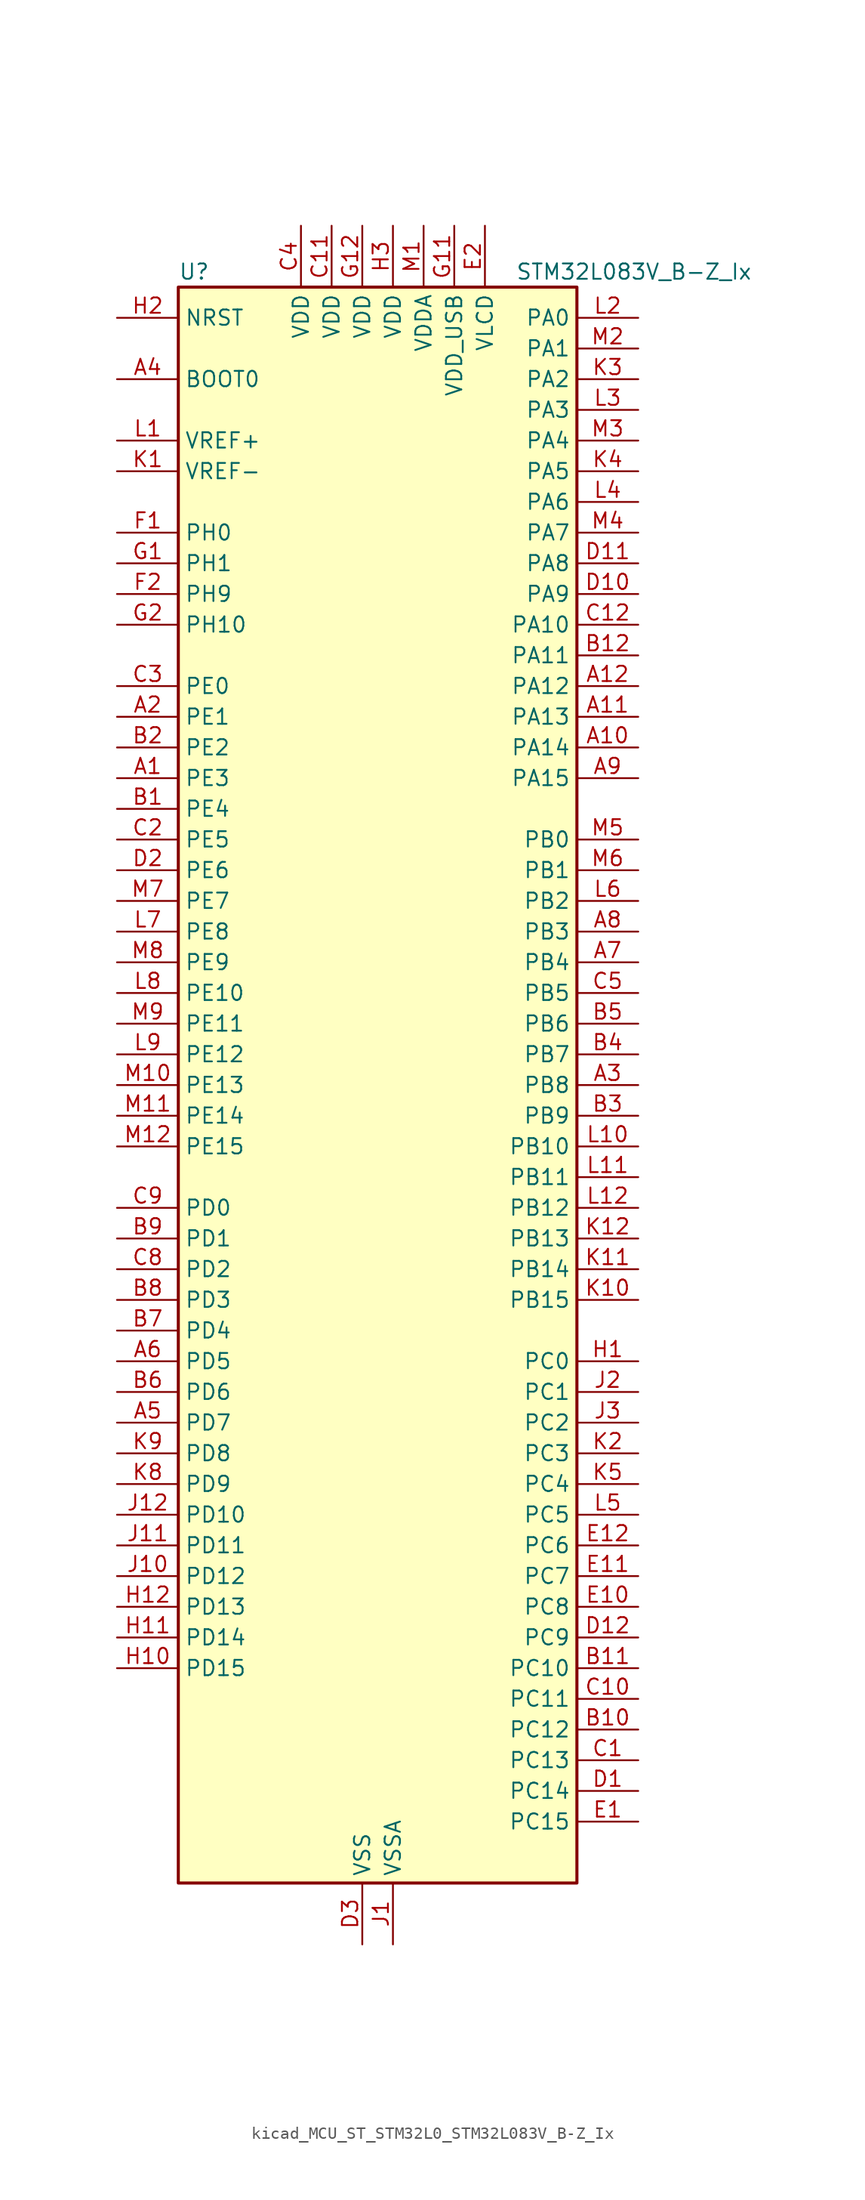
<source format=kicad_sym>
(kicad_symbol_lib
  (version 20220914)
  (generator kicad_symbol_editor)
  (symbol "kicad_MCU_ST_STM32L0_STM32L083V_B-Z_Ix"
    (property "Reference" "U"
      (at -15.24 67.31 0)
      (effects (font (size 1.27 1.27)) (justify left)))
    (property "Value" "STM32L083V_B-Z_Ix"
      (at 12.7 67.31 0)
      (effects (font (size 1.27 1.27)) (justify left)))
    (property "ki_locked" ""
      (at 0 0 0)
      (effects (font (size 1.27 1.27))))
    (symbol "kicad_MCU_ST_STM32L0_STM32L083V_B-Z_Ix_0_1"
      (rectangle (start -15.24 -66.04) (end 17.78 66.04) (stroke (width 0.254) (type default)) (fill (type background))))
    (symbol "kicad_MCU_ST_STM32L0_STM32L083V_B-Z_Ix_1_1"
      (pin bidirectional line (at -20.32 25.4 0) (length 5.08) (name "PE3" (effects (font (size 1.27 1.27)))) (number "A1" (effects (font (size 1.27 1.27)))) (alternate "LCD_SEG39" bidirectional line) (alternate "TIM22_CH1" bidirectional line) (alternate "TIM3_CH1" bidirectional line))
      (pin bidirectional line (at 22.86 27.94 180) (length 5.08) (name "PA14" (effects (font (size 1.27 1.27)))) (number "A10" (effects (font (size 1.27 1.27)))) (alternate "LPUART1_TX" bidirectional line) (alternate "SYS_SWCLK" bidirectional line) (alternate "USART2_TX" bidirectional line))
      (pin bidirectional line (at 22.86 30.48 180) (length 5.08) (name "PA13" (effects (font (size 1.27 1.27)))) (number "A11" (effects (font (size 1.27 1.27)))) (alternate "LPUART1_RX" bidirectional line) (alternate "SYS_SWDIO" bidirectional line) (alternate "USB_NOE" bidirectional line))
      (pin bidirectional line (at 22.86 33.02 180) (length 5.08) (name "PA12" (effects (font (size 1.27 1.27)))) (number "A12" (effects (font (size 1.27 1.27)))) (alternate "COMP2_OUT" bidirectional line) (alternate "SPI1_MOSI" bidirectional line) (alternate "TSC_G4_IO4" bidirectional line) (alternate "USART1_DE" bidirectional line) (alternate "USART1_RTS" bidirectional line) (alternate "USB_DP" bidirectional line))
      (pin bidirectional line (at -20.32 30.48 0) (length 5.08) (name "PE1" (effects (font (size 1.27 1.27)))) (number "A2" (effects (font (size 1.27 1.27)))) (alternate "LCD_SEG37" bidirectional line))
      (pin bidirectional line (at 22.86 0 180) (length 5.08) (name "PB8" (effects (font (size 1.27 1.27)))) (number "A3" (effects (font (size 1.27 1.27)))) (alternate "I2C1_SCL" bidirectional line) (alternate "LCD_SEG16" bidirectional line) (alternate "TSC_SYNC" bidirectional line))
      (pin input line (at -20.32 58.42 0) (length 5.08) (name "BOOT0" (effects (font (size 1.27 1.27)))) (number "A4" (effects (font (size 1.27 1.27)))))
      (pin bidirectional line (at -20.32 -27.94 0) (length 5.08) (name "PD7" (effects (font (size 1.27 1.27)))) (number "A5" (effects (font (size 1.27 1.27)))) (alternate "TIM21_CH2" bidirectional line) (alternate "USART2_CK" bidirectional line))
      (pin bidirectional line (at -20.32 -22.86 0) (length 5.08) (name "PD5" (effects (font (size 1.27 1.27)))) (number "A6" (effects (font (size 1.27 1.27)))) (alternate "USART2_TX" bidirectional line))
      (pin bidirectional line (at 22.86 10.16 180) (length 5.08) (name "PB4" (effects (font (size 1.27 1.27)))) (number "A7" (effects (font (size 1.27 1.27)))) (alternate "COMP2_INP" bidirectional line) (alternate "I2C3_SDA" bidirectional line) (alternate "LCD_SEG8" bidirectional line) (alternate "SPI1_MISO" bidirectional line) (alternate "TIM22_CH1" bidirectional line) (alternate "TIM3_CH1" bidirectional line) (alternate "TSC_G5_IO2" bidirectional line) (alternate "USART1_CTS" bidirectional line) (alternate "USART5_RX" bidirectional line))
      (pin bidirectional line (at 22.86 12.7 180) (length 5.08) (name "PB3" (effects (font (size 1.27 1.27)))) (number "A8" (effects (font (size 1.27 1.27)))) (alternate "COMP2_INM" bidirectional line) (alternate "LCD_SEG7" bidirectional line) (alternate "SPI1_SCK" bidirectional line) (alternate "TIM2_CH2" bidirectional line) (alternate "TSC_G5_IO1" bidirectional line) (alternate "USART1_DE" bidirectional line) (alternate "USART1_RTS" bidirectional line) (alternate "USART5_TX" bidirectional line))
      (pin bidirectional line (at 22.86 25.4 180) (length 5.08) (name "PA15" (effects (font (size 1.27 1.27)))) (number "A9" (effects (font (size 1.27 1.27)))) (alternate "LCD_SEG17" bidirectional line) (alternate "SPI1_NSS" bidirectional line) (alternate "TIM2_CH1" bidirectional line) (alternate "TIM2_ETR" bidirectional line) (alternate "USART2_RX" bidirectional line) (alternate "USART4_DE" bidirectional line) (alternate "USART4_RTS" bidirectional line))
      (pin bidirectional line (at -20.32 22.86 0) (length 5.08) (name "PE4" (effects (font (size 1.27 1.27)))) (number "B1" (effects (font (size 1.27 1.27)))) (alternate "TIM22_CH2" bidirectional line) (alternate "TIM3_CH2" bidirectional line))
      (pin bidirectional line (at 22.86 -53.34 180) (length 5.08) (name "PC12" (effects (font (size 1.27 1.27)))) (number "B10" (effects (font (size 1.27 1.27)))) (alternate "LCD_COM6" bidirectional line) (alternate "LCD_SEG30" bidirectional line) (alternate "LCD_SEG50" bidirectional line) (alternate "USART4_CK" bidirectional line) (alternate "USART5_TX" bidirectional line))
      (pin bidirectional line (at 22.86 -48.26 180) (length 5.08) (name "PC10" (effects (font (size 1.27 1.27)))) (number "B11" (effects (font (size 1.27 1.27)))) (alternate "LCD_COM4" bidirectional line) (alternate "LCD_SEG28" bidirectional line) (alternate "LCD_SEG48" bidirectional line) (alternate "LPUART1_TX" bidirectional line) (alternate "USART4_TX" bidirectional line))
      (pin bidirectional line (at 22.86 35.56 180) (length 5.08) (name "PA11" (effects (font (size 1.27 1.27)))) (number "B12" (effects (font (size 1.27 1.27)))) (alternate "ADC_EXTI11" bidirectional line) (alternate "COMP1_OUT" bidirectional line) (alternate "SPI1_MISO" bidirectional line) (alternate "TSC_G4_IO3" bidirectional line) (alternate "USART1_CTS" bidirectional line) (alternate "USB_DM" bidirectional line))
      (pin bidirectional line (at -20.32 27.94 0) (length 5.08) (name "PE2" (effects (font (size 1.27 1.27)))) (number "B2" (effects (font (size 1.27 1.27)))) (alternate "LCD_SEG38" bidirectional line) (alternate "TIM3_ETR" bidirectional line))
      (pin bidirectional line (at 22.86 -2.54 180) (length 5.08) (name "PB9" (effects (font (size 1.27 1.27)))) (number "B3" (effects (font (size 1.27 1.27)))) (alternate "DAC_EXTI9" bidirectional line) (alternate "I2C1_SDA" bidirectional line) (alternate "I2S2_WS" bidirectional line) (alternate "LCD_COM3" bidirectional line) (alternate "SPI2_NSS" bidirectional line))
      (pin bidirectional line (at 22.86 2.54 180) (length 5.08) (name "PB7" (effects (font (size 1.27 1.27)))) (number "B4" (effects (font (size 1.27 1.27)))) (alternate "COMP2_INP" bidirectional line) (alternate "I2C1_SDA" bidirectional line) (alternate "LPTIM1_IN2" bidirectional line) (alternate "SYS_PVD_IN" bidirectional line) (alternate "TSC_G5_IO4" bidirectional line) (alternate "USART1_RX" bidirectional line) (alternate "USART4_CTS" bidirectional line))
      (pin bidirectional line (at 22.86 5.08 180) (length 5.08) (name "PB6" (effects (font (size 1.27 1.27)))) (number "B5" (effects (font (size 1.27 1.27)))) (alternate "COMP2_INP" bidirectional line) (alternate "I2C1_SCL" bidirectional line) (alternate "LPTIM1_ETR" bidirectional line) (alternate "TSC_G5_IO3" bidirectional line) (alternate "USART1_TX" bidirectional line))
      (pin bidirectional line (at -20.32 -25.4 0) (length 5.08) (name "PD6" (effects (font (size 1.27 1.27)))) (number "B6" (effects (font (size 1.27 1.27)))) (alternate "USART2_RX" bidirectional line))
      (pin bidirectional line (at -20.32 -20.32 0) (length 5.08) (name "PD4" (effects (font (size 1.27 1.27)))) (number "B7" (effects (font (size 1.27 1.27)))) (alternate "I2S2_SD" bidirectional line) (alternate "SPI2_MOSI" bidirectional line) (alternate "USART2_DE" bidirectional line) (alternate "USART2_RTS" bidirectional line))
      (pin bidirectional line (at -20.32 -17.78 0) (length 5.08) (name "PD3" (effects (font (size 1.27 1.27)))) (number "B8" (effects (font (size 1.27 1.27)))) (alternate "I2S2_MCK" bidirectional line) (alternate "LCD_SEG44" bidirectional line) (alternate "SPI2_MISO" bidirectional line) (alternate "USART2_CTS" bidirectional line))
      (pin bidirectional line (at -20.32 -12.7 0) (length 5.08) (name "PD1" (effects (font (size 1.27 1.27)))) (number "B9" (effects (font (size 1.27 1.27)))) (alternate "I2S2_CK" bidirectional line) (alternate "SPI2_SCK" bidirectional line))
      (pin bidirectional line (at 22.86 -55.88 180) (length 5.08) (name "PC13" (effects (font (size 1.27 1.27)))) (number "C1" (effects (font (size 1.27 1.27)))) (alternate "RTC_OUT_ALARM" bidirectional line) (alternate "RTC_OUT_CALIB" bidirectional line) (alternate "RTC_TAMP1" bidirectional line) (alternate "RTC_TS" bidirectional line) (alternate "SYS_WKUP2" bidirectional line))
      (pin bidirectional line (at 22.86 -50.8 180) (length 5.08) (name "PC11" (effects (font (size 1.27 1.27)))) (number "C10" (effects (font (size 1.27 1.27)))) (alternate "ADC_EXTI11" bidirectional line) (alternate "LCD_COM5" bidirectional line) (alternate "LCD_SEG29" bidirectional line) (alternate "LCD_SEG49" bidirectional line) (alternate "LPUART1_RX" bidirectional line) (alternate "USART4_RX" bidirectional line))
      (pin power_in line (at -2.54 71.12 270) (length 5.08) (name "VDD" (effects (font (size 1.27 1.27)))) (number "C11" (effects (font (size 1.27 1.27)))))
      (pin bidirectional line (at 22.86 38.1 180) (length 5.08) (name "PA10" (effects (font (size 1.27 1.27)))) (number "C12" (effects (font (size 1.27 1.27)))) (alternate "I2C1_SDA" bidirectional line) (alternate "LCD_COM2" bidirectional line) (alternate "TSC_G4_IO2" bidirectional line) (alternate "USART1_RX" bidirectional line))
      (pin bidirectional line (at -20.32 20.32 0) (length 5.08) (name "PE5" (effects (font (size 1.27 1.27)))) (number "C2" (effects (font (size 1.27 1.27)))) (alternate "TIM21_CH1" bidirectional line) (alternate "TIM3_CH3" bidirectional line))
      (pin bidirectional line (at -20.32 33.02 0) (length 5.08) (name "PE0" (effects (font (size 1.27 1.27)))) (number "C3" (effects (font (size 1.27 1.27)))) (alternate "LCD_SEG36" bidirectional line))
      (pin power_in line (at -5.08 71.12 270) (length 5.08) (name "VDD" (effects (font (size 1.27 1.27)))) (number "C4" (effects (font (size 1.27 1.27)))))
      (pin bidirectional line (at 22.86 7.62 180) (length 5.08) (name "PB5" (effects (font (size 1.27 1.27)))) (number "C5" (effects (font (size 1.27 1.27)))) (alternate "COMP2_INP" bidirectional line) (alternate "I2C1_SMBA" bidirectional line) (alternate "LCD_SEG9" bidirectional line) (alternate "LPTIM1_IN1" bidirectional line) (alternate "SPI1_MOSI" bidirectional line) (alternate "TIM22_CH2" bidirectional line) (alternate "TIM3_CH2" bidirectional line) (alternate "USART1_CK" bidirectional line) (alternate "USART5_CK" bidirectional line) (alternate "USART5_DE" bidirectional line) (alternate "USART5_RTS" bidirectional line))
      (pin bidirectional line (at -20.32 -15.24 0) (length 5.08) (name "PD2" (effects (font (size 1.27 1.27)))) (number "C8" (effects (font (size 1.27 1.27)))) (alternate "LCD_COM7" bidirectional line) (alternate "LCD_SEG31" bidirectional line) (alternate "LCD_SEG51" bidirectional line) (alternate "LPUART1_DE" bidirectional line) (alternate "LPUART1_RTS" bidirectional line) (alternate "TIM3_ETR" bidirectional line) (alternate "USART5_RX" bidirectional line))
      (pin bidirectional line (at -20.32 -10.16 0) (length 5.08) (name "PD0" (effects (font (size 1.27 1.27)))) (number "C9" (effects (font (size 1.27 1.27)))) (alternate "I2S2_WS" bidirectional line) (alternate "SPI2_NSS" bidirectional line) (alternate "TIM21_CH1" bidirectional line))
      (pin bidirectional line (at 22.86 -58.42 180) (length 5.08) (name "PC14" (effects (font (size 1.27 1.27)))) (number "D1" (effects (font (size 1.27 1.27)))) (alternate "RCC_OSC32_IN" bidirectional line))
      (pin bidirectional line (at 22.86 40.64 180) (length 5.08) (name "PA9" (effects (font (size 1.27 1.27)))) (number "D10" (effects (font (size 1.27 1.27)))) (alternate "DAC_EXTI9" bidirectional line) (alternate "I2C1_SCL" bidirectional line) (alternate "I2C3_SMBA" bidirectional line) (alternate "LCD_COM1" bidirectional line) (alternate "RCC_MCO" bidirectional line) (alternate "TSC_G4_IO1" bidirectional line) (alternate "USART1_TX" bidirectional line))
      (pin bidirectional line (at 22.86 43.18 180) (length 5.08) (name "PA8" (effects (font (size 1.27 1.27)))) (number "D11" (effects (font (size 1.27 1.27)))) (alternate "CRS_SYNC" bidirectional line) (alternate "I2C3_SCL" bidirectional line) (alternate "LCD_COM0" bidirectional line) (alternate "RCC_MCO" bidirectional line) (alternate "USART1_CK" bidirectional line))
      (pin bidirectional line (at 22.86 -45.72 180) (length 5.08) (name "PC9" (effects (font (size 1.27 1.27)))) (number "D12" (effects (font (size 1.27 1.27)))) (alternate "DAC_EXTI9" bidirectional line) (alternate "I2C3_SDA" bidirectional line) (alternate "LCD_SEG27" bidirectional line) (alternate "TIM21_ETR" bidirectional line) (alternate "TIM3_CH4" bidirectional line) (alternate "TSC_G8_IO4" bidirectional line) (alternate "USB_NOE" bidirectional line))
      (pin bidirectional line (at -20.32 17.78 0) (length 5.08) (name "PE6" (effects (font (size 1.27 1.27)))) (number "D2" (effects (font (size 1.27 1.27)))) (alternate "RTC_TAMP3" bidirectional line) (alternate "SYS_WKUP3" bidirectional line) (alternate "TIM21_CH2" bidirectional line) (alternate "TIM3_CH4" bidirectional line))
      (pin power_in line (at 0 -71.12 90) (length 5.08) (name "VSS" (effects (font (size 1.27 1.27)))) (number "D3" (effects (font (size 1.27 1.27)))))
      (pin bidirectional line (at 22.86 -60.96 180) (length 5.08) (name "PC15" (effects (font (size 1.27 1.27)))) (number "E1" (effects (font (size 1.27 1.27)))) (alternate "RCC_OSC32_OUT" bidirectional line))
      (pin bidirectional line (at 22.86 -43.18 180) (length 5.08) (name "PC8" (effects (font (size 1.27 1.27)))) (number "E10" (effects (font (size 1.27 1.27)))) (alternate "LCD_SEG26" bidirectional line) (alternate "TIM22_ETR" bidirectional line) (alternate "TIM3_CH3" bidirectional line) (alternate "TSC_G8_IO3" bidirectional line))
      (pin bidirectional line (at 22.86 -40.64 180) (length 5.08) (name "PC7" (effects (font (size 1.27 1.27)))) (number "E11" (effects (font (size 1.27 1.27)))) (alternate "LCD_SEG25" bidirectional line) (alternate "TIM22_CH2" bidirectional line) (alternate "TIM3_CH2" bidirectional line) (alternate "TSC_G8_IO2" bidirectional line))
      (pin bidirectional line (at 22.86 -38.1 180) (length 5.08) (name "PC6" (effects (font (size 1.27 1.27)))) (number "E12" (effects (font (size 1.27 1.27)))) (alternate "LCD_SEG24" bidirectional line) (alternate "TIM22_CH1" bidirectional line) (alternate "TIM3_CH1" bidirectional line) (alternate "TSC_G8_IO1" bidirectional line))
      (pin power_in line (at 10.16 71.12 270) (length 5.08) (name "VLCD" (effects (font (size 1.27 1.27)))) (number "E2" (effects (font (size 1.27 1.27)))))
      (pin passive line (at 0 -71.12 90) (length 5.08) hide (name "VSS" (effects (font (size 1.27 1.27)))) (number "E3" (effects (font (size 1.27 1.27)))))
      (pin bidirectional line (at -20.32 45.72 0) (length 5.08) (name "PH0" (effects (font (size 1.27 1.27)))) (number "F1" (effects (font (size 1.27 1.27)))) (alternate "CRS_SYNC" bidirectional line) (alternate "RCC_OSC_IN" bidirectional line))
      (pin passive line (at 0 -71.12 90) (length 5.08) hide (name "VSS" (effects (font (size 1.27 1.27)))) (number "F11" (effects (font (size 1.27 1.27)))))
      (pin passive line (at 0 -71.12 90) (length 5.08) hide (name "VSS" (effects (font (size 1.27 1.27)))) (number "F12" (effects (font (size 1.27 1.27)))))
      (pin bidirectional line (at -20.32 40.64 0) (length 5.08) (name "PH9" (effects (font (size 1.27 1.27)))) (number "F2" (effects (font (size 1.27 1.27)))) (alternate "DAC_EXTI9" bidirectional line))
      (pin bidirectional line (at -20.32 43.18 0) (length 5.08) (name "PH1" (effects (font (size 1.27 1.27)))) (number "G1" (effects (font (size 1.27 1.27)))) (alternate "RCC_OSC_OUT" bidirectional line))
      (pin power_in line (at 7.62 71.12 270) (length 5.08) (name "VDD_USB" (effects (font (size 1.27 1.27)))) (number "G11" (effects (font (size 1.27 1.27)))))
      (pin power_in line (at 0 71.12 270) (length 5.08) (name "VDD" (effects (font (size 1.27 1.27)))) (number "G12" (effects (font (size 1.27 1.27)))))
      (pin bidirectional line (at -20.32 38.1 0) (length 5.08) (name "PH10" (effects (font (size 1.27 1.27)))) (number "G2" (effects (font (size 1.27 1.27)))))
      (pin bidirectional line (at 22.86 -22.86 180) (length 5.08) (name "PC0" (effects (font (size 1.27 1.27)))) (number "H1" (effects (font (size 1.27 1.27)))) (alternate "ADC_IN10" bidirectional line) (alternate "I2C3_SCL" bidirectional line) (alternate "LCD_SEG18" bidirectional line) (alternate "LPTIM1_IN1" bidirectional line) (alternate "LPUART1_RX" bidirectional line) (alternate "TSC_G7_IO1" bidirectional line))
      (pin bidirectional line (at -20.32 -48.26 0) (length 5.08) (name "PD15" (effects (font (size 1.27 1.27)))) (number "H10" (effects (font (size 1.27 1.27)))) (alternate "CRS_SYNC" bidirectional line) (alternate "LCD_SEG35" bidirectional line))
      (pin bidirectional line (at -20.32 -45.72 0) (length 5.08) (name "PD14" (effects (font (size 1.27 1.27)))) (number "H11" (effects (font (size 1.27 1.27)))) (alternate "LCD_SEG34" bidirectional line))
      (pin bidirectional line (at -20.32 -43.18 0) (length 5.08) (name "PD13" (effects (font (size 1.27 1.27)))) (number "H12" (effects (font (size 1.27 1.27)))) (alternate "LCD_SEG33" bidirectional line))
      (pin input line (at -20.32 63.5 0) (length 5.08) (name "NRST" (effects (font (size 1.27 1.27)))) (number "H2" (effects (font (size 1.27 1.27)))))
      (pin power_in line (at 2.54 71.12 270) (length 5.08) (name "VDD" (effects (font (size 1.27 1.27)))) (number "H3" (effects (font (size 1.27 1.27)))))
      (pin power_in line (at 2.54 -71.12 90) (length 5.08) (name "VSSA" (effects (font (size 1.27 1.27)))) (number "J1" (effects (font (size 1.27 1.27)))))
      (pin bidirectional line (at -20.32 -40.64 0) (length 5.08) (name "PD12" (effects (font (size 1.27 1.27)))) (number "J10" (effects (font (size 1.27 1.27)))) (alternate "LCD_SEG32" bidirectional line) (alternate "LPUART1_DE" bidirectional line) (alternate "LPUART1_RTS" bidirectional line))
      (pin bidirectional line (at -20.32 -38.1 0) (length 5.08) (name "PD11" (effects (font (size 1.27 1.27)))) (number "J11" (effects (font (size 1.27 1.27)))) (alternate "ADC_EXTI11" bidirectional line) (alternate "LCD_SEG31" bidirectional line) (alternate "LPUART1_CTS" bidirectional line))
      (pin bidirectional line (at -20.32 -35.56 0) (length 5.08) (name "PD10" (effects (font (size 1.27 1.27)))) (number "J12" (effects (font (size 1.27 1.27)))) (alternate "LCD_SEG30" bidirectional line))
      (pin bidirectional line (at 22.86 -25.4 180) (length 5.08) (name "PC1" (effects (font (size 1.27 1.27)))) (number "J2" (effects (font (size 1.27 1.27)))) (alternate "ADC_IN11" bidirectional line) (alternate "I2C3_SDA" bidirectional line) (alternate "LCD_SEG19" bidirectional line) (alternate "LPTIM1_OUT" bidirectional line) (alternate "LPUART1_TX" bidirectional line) (alternate "TSC_G7_IO2" bidirectional line))
      (pin bidirectional line (at 22.86 -27.94 180) (length 5.08) (name "PC2" (effects (font (size 1.27 1.27)))) (number "J3" (effects (font (size 1.27 1.27)))) (alternate "ADC_IN12" bidirectional line) (alternate "I2S2_MCK" bidirectional line) (alternate "LCD_SEG20" bidirectional line) (alternate "LPTIM1_IN2" bidirectional line) (alternate "SPI2_MISO" bidirectional line) (alternate "TSC_G7_IO3" bidirectional line))
      (pin input line (at -20.32 50.8 0) (length 5.08) (name "VREF-" (effects (font (size 1.27 1.27)))) (number "K1" (effects (font (size 1.27 1.27)))))
      (pin bidirectional line (at 22.86 -17.78 180) (length 5.08) (name "PB15" (effects (font (size 1.27 1.27)))) (number "K10" (effects (font (size 1.27 1.27)))) (alternate "I2S2_SD" bidirectional line) (alternate "LCD_SEG15" bidirectional line) (alternate "RTC_REFIN" bidirectional line) (alternate "SPI2_MOSI" bidirectional line))
      (pin bidirectional line (at 22.86 -15.24 180) (length 5.08) (name "PB14" (effects (font (size 1.27 1.27)))) (number "K11" (effects (font (size 1.27 1.27)))) (alternate "I2C2_SDA" bidirectional line) (alternate "I2S2_MCK" bidirectional line) (alternate "LCD_SEG14" bidirectional line) (alternate "LPUART1_DE" bidirectional line) (alternate "LPUART1_RTS" bidirectional line) (alternate "RTC_OUT_ALARM" bidirectional line) (alternate "RTC_OUT_CALIB" bidirectional line) (alternate "SPI2_MISO" bidirectional line) (alternate "TIM21_CH2" bidirectional line) (alternate "TSC_G6_IO4" bidirectional line))
      (pin bidirectional line (at 22.86 -12.7 180) (length 5.08) (name "PB13" (effects (font (size 1.27 1.27)))) (number "K12" (effects (font (size 1.27 1.27)))) (alternate "I2C2_SCL" bidirectional line) (alternate "I2S2_CK" bidirectional line) (alternate "LCD_SEG13" bidirectional line) (alternate "LPUART1_CTS" bidirectional line) (alternate "RCC_MCO" bidirectional line) (alternate "SPI2_SCK" bidirectional line) (alternate "TIM21_CH1" bidirectional line) (alternate "TSC_G6_IO3" bidirectional line))
      (pin bidirectional line (at 22.86 -30.48 180) (length 5.08) (name "PC3" (effects (font (size 1.27 1.27)))) (number "K2" (effects (font (size 1.27 1.27)))) (alternate "ADC_IN13" bidirectional line) (alternate "I2S2_SD" bidirectional line) (alternate "LCD_SEG21" bidirectional line) (alternate "LPTIM1_ETR" bidirectional line) (alternate "SPI2_MOSI" bidirectional line) (alternate "TSC_G7_IO4" bidirectional line))
      (pin bidirectional line (at 22.86 58.42 180) (length 5.08) (name "PA2" (effects (font (size 1.27 1.27)))) (number "K3" (effects (font (size 1.27 1.27)))) (alternate "ADC_IN2" bidirectional line) (alternate "COMP2_INM" bidirectional line) (alternate "COMP2_OUT" bidirectional line) (alternate "LCD_SEG1" bidirectional line) (alternate "LPUART1_TX" bidirectional line) (alternate "TIM21_CH1" bidirectional line) (alternate "TIM2_CH3" bidirectional line) (alternate "TSC_G1_IO3" bidirectional line) (alternate "USART2_TX" bidirectional line))
      (pin bidirectional line (at 22.86 50.8 180) (length 5.08) (name "PA5" (effects (font (size 1.27 1.27)))) (number "K4" (effects (font (size 1.27 1.27)))) (alternate "ADC_IN5" bidirectional line) (alternate "COMP1_INM" bidirectional line) (alternate "COMP2_INM" bidirectional line) (alternate "DAC_OUT2" bidirectional line) (alternate "SPI1_SCK" bidirectional line) (alternate "TIM2_CH1" bidirectional line) (alternate "TIM2_ETR" bidirectional line) (alternate "TSC_G2_IO2" bidirectional line))
      (pin bidirectional line (at 22.86 -33.02 180) (length 5.08) (name "PC4" (effects (font (size 1.27 1.27)))) (number "K5" (effects (font (size 1.27 1.27)))) (alternate "ADC_IN14" bidirectional line) (alternate "LCD_SEG22" bidirectional line) (alternate "LPUART1_TX" bidirectional line))
      (pin bidirectional line (at -20.32 -33.02 0) (length 5.08) (name "PD9" (effects (font (size 1.27 1.27)))) (number "K8" (effects (font (size 1.27 1.27)))) (alternate "DAC_EXTI9" bidirectional line) (alternate "LCD_SEG29" bidirectional line) (alternate "LPUART1_RX" bidirectional line))
      (pin bidirectional line (at -20.32 -30.48 0) (length 5.08) (name "PD8" (effects (font (size 1.27 1.27)))) (number "K9" (effects (font (size 1.27 1.27)))) (alternate "LCD_SEG28" bidirectional line) (alternate "LPUART1_TX" bidirectional line))
      (pin input line (at -20.32 53.34 0) (length 5.08) (name "VREF+" (effects (font (size 1.27 1.27)))) (number "L1" (effects (font (size 1.27 1.27)))))
      (pin bidirectional line (at 22.86 -5.08 180) (length 5.08) (name "PB10" (effects (font (size 1.27 1.27)))) (number "L10" (effects (font (size 1.27 1.27)))) (alternate "I2C2_SCL" bidirectional line) (alternate "LCD_SEG10" bidirectional line) (alternate "LPUART1_RX" bidirectional line) (alternate "LPUART1_TX" bidirectional line) (alternate "SPI2_SCK" bidirectional line) (alternate "TIM2_CH3" bidirectional line) (alternate "TSC_SYNC" bidirectional line))
      (pin bidirectional line (at 22.86 -7.62 180) (length 5.08) (name "PB11" (effects (font (size 1.27 1.27)))) (number "L11" (effects (font (size 1.27 1.27)))) (alternate "ADC_EXTI11" bidirectional line) (alternate "I2C2_SDA" bidirectional line) (alternate "LCD_SEG11" bidirectional line) (alternate "LPUART1_RX" bidirectional line) (alternate "LPUART1_TX" bidirectional line) (alternate "TIM2_CH4" bidirectional line) (alternate "TSC_G6_IO1" bidirectional line))
      (pin bidirectional line (at 22.86 -10.16 180) (length 5.08) (name "PB12" (effects (font (size 1.27 1.27)))) (number "L12" (effects (font (size 1.27 1.27)))) (alternate "I2S2_WS" bidirectional line) (alternate "LCD_SEG12" bidirectional line) (alternate "LCD_VLCD2" bidirectional line) (alternate "LPUART1_DE" bidirectional line) (alternate "LPUART1_RTS" bidirectional line) (alternate "SPI2_NSS" bidirectional line) (alternate "TSC_G6_IO2" bidirectional line))
      (pin bidirectional line (at 22.86 63.5 180) (length 5.08) (name "PA0" (effects (font (size 1.27 1.27)))) (number "L2" (effects (font (size 1.27 1.27)))) (alternate "ADC_IN0" bidirectional line) (alternate "COMP1_INM" bidirectional line) (alternate "COMP1_OUT" bidirectional line) (alternate "RTC_TAMP2" bidirectional line) (alternate "SYS_WKUP1" bidirectional line) (alternate "TIM2_CH1" bidirectional line) (alternate "TIM2_ETR" bidirectional line) (alternate "TSC_G1_IO1" bidirectional line) (alternate "USART2_CTS" bidirectional line) (alternate "USART4_TX" bidirectional line))
      (pin bidirectional line (at 22.86 55.88 180) (length 5.08) (name "PA3" (effects (font (size 1.27 1.27)))) (number "L3" (effects (font (size 1.27 1.27)))) (alternate "ADC_IN3" bidirectional line) (alternate "COMP2_INP" bidirectional line) (alternate "LCD_SEG2" bidirectional line) (alternate "LPUART1_RX" bidirectional line) (alternate "TIM21_CH2" bidirectional line) (alternate "TIM2_CH4" bidirectional line) (alternate "TSC_G1_IO4" bidirectional line) (alternate "USART2_RX" bidirectional line))
      (pin bidirectional line (at 22.86 48.26 180) (length 5.08) (name "PA6" (effects (font (size 1.27 1.27)))) (number "L4" (effects (font (size 1.27 1.27)))) (alternate "ADC_IN6" bidirectional line) (alternate "COMP1_OUT" bidirectional line) (alternate "LCD_SEG3" bidirectional line) (alternate "LPUART1_CTS" bidirectional line) (alternate "SPI1_MISO" bidirectional line) (alternate "TIM22_CH1" bidirectional line) (alternate "TIM3_CH1" bidirectional line) (alternate "TSC_G2_IO3" bidirectional line))
      (pin bidirectional line (at 22.86 -35.56 180) (length 5.08) (name "PC5" (effects (font (size 1.27 1.27)))) (number "L5" (effects (font (size 1.27 1.27)))) (alternate "ADC_IN15" bidirectional line) (alternate "LCD_SEG23" bidirectional line) (alternate "LPUART1_RX" bidirectional line) (alternate "TSC_G3_IO1" bidirectional line))
      (pin bidirectional line (at 22.86 15.24 180) (length 5.08) (name "PB2" (effects (font (size 1.27 1.27)))) (number "L6" (effects (font (size 1.27 1.27)))) (alternate "I2C3_SMBA" bidirectional line) (alternate "LCD_VLCD2" bidirectional line) (alternate "LPTIM1_OUT" bidirectional line) (alternate "TSC_G3_IO4" bidirectional line))
      (pin bidirectional line (at -20.32 12.7 0) (length 5.08) (name "PE8" (effects (font (size 1.27 1.27)))) (number "L7" (effects (font (size 1.27 1.27)))) (alternate "LCD_SEG46" bidirectional line) (alternate "USART4_TX" bidirectional line))
      (pin bidirectional line (at -20.32 7.62 0) (length 5.08) (name "PE10" (effects (font (size 1.27 1.27)))) (number "L8" (effects (font (size 1.27 1.27)))) (alternate "LCD_SEG40" bidirectional line) (alternate "TIM2_CH2" bidirectional line) (alternate "USART5_TX" bidirectional line))
      (pin bidirectional line (at -20.32 2.54 0) (length 5.08) (name "PE12" (effects (font (size 1.27 1.27)))) (number "L9" (effects (font (size 1.27 1.27)))) (alternate "LCD_VLCD3" bidirectional line) (alternate "SPI1_NSS" bidirectional line) (alternate "TIM2_CH4" bidirectional line))
      (pin power_in line (at 5.08 71.12 270) (length 5.08) (name "VDDA" (effects (font (size 1.27 1.27)))) (number "M1" (effects (font (size 1.27 1.27)))))
      (pin bidirectional line (at -20.32 0 0) (length 5.08) (name "PE13" (effects (font (size 1.27 1.27)))) (number "M10" (effects (font (size 1.27 1.27)))) (alternate "LCD_SEG41" bidirectional line) (alternate "SPI1_SCK" bidirectional line))
      (pin bidirectional line (at -20.32 -2.54 0) (length 5.08) (name "PE14" (effects (font (size 1.27 1.27)))) (number "M11" (effects (font (size 1.27 1.27)))) (alternate "LCD_SEG42" bidirectional line) (alternate "SPI1_MISO" bidirectional line))
      (pin bidirectional line (at -20.32 -5.08 0) (length 5.08) (name "PE15" (effects (font (size 1.27 1.27)))) (number "M12" (effects (font (size 1.27 1.27)))) (alternate "LCD_SEG43" bidirectional line) (alternate "SPI1_MOSI" bidirectional line))
      (pin bidirectional line (at 22.86 60.96 180) (length 5.08) (name "PA1" (effects (font (size 1.27 1.27)))) (number "M2" (effects (font (size 1.27 1.27)))) (alternate "ADC_IN1" bidirectional line) (alternate "COMP1_INP" bidirectional line) (alternate "LCD_SEG0" bidirectional line) (alternate "TIM21_ETR" bidirectional line) (alternate "TIM2_CH2" bidirectional line) (alternate "TSC_G1_IO2" bidirectional line) (alternate "USART2_DE" bidirectional line) (alternate "USART2_RTS" bidirectional line) (alternate "USART4_RX" bidirectional line))
      (pin bidirectional line (at 22.86 53.34 180) (length 5.08) (name "PA4" (effects (font (size 1.27 1.27)))) (number "M3" (effects (font (size 1.27 1.27)))) (alternate "ADC_IN4" bidirectional line) (alternate "COMP1_INM" bidirectional line) (alternate "COMP2_INM" bidirectional line) (alternate "DAC_OUT1" bidirectional line) (alternate "SPI1_NSS" bidirectional line) (alternate "TIM22_ETR" bidirectional line) (alternate "TSC_G2_IO1" bidirectional line) (alternate "USART2_CK" bidirectional line))
      (pin bidirectional line (at 22.86 45.72 180) (length 5.08) (name "PA7" (effects (font (size 1.27 1.27)))) (number "M4" (effects (font (size 1.27 1.27)))) (alternate "ADC_IN7" bidirectional line) (alternate "COMP2_OUT" bidirectional line) (alternate "LCD_SEG4" bidirectional line) (alternate "SPI1_MOSI" bidirectional line) (alternate "TIM22_CH2" bidirectional line) (alternate "TIM3_CH2" bidirectional line) (alternate "TSC_G2_IO4" bidirectional line))
      (pin bidirectional line (at 22.86 20.32 180) (length 5.08) (name "PB0" (effects (font (size 1.27 1.27)))) (number "M5" (effects (font (size 1.27 1.27)))) (alternate "ADC_IN8" bidirectional line) (alternate "LCD_SEG5" bidirectional line) (alternate "LCD_VLCD3" bidirectional line) (alternate "SYS_VREF_OUT_PB0" bidirectional line) (alternate "TIM3_CH3" bidirectional line) (alternate "TSC_G3_IO2" bidirectional line))
      (pin bidirectional line (at 22.86 17.78 180) (length 5.08) (name "PB1" (effects (font (size 1.27 1.27)))) (number "M6" (effects (font (size 1.27 1.27)))) (alternate "ADC_IN9" bidirectional line) (alternate "LCD_SEG6" bidirectional line) (alternate "LPUART1_DE" bidirectional line) (alternate "LPUART1_RTS" bidirectional line) (alternate "SYS_VREF_OUT_PB1" bidirectional line) (alternate "TIM3_CH4" bidirectional line) (alternate "TSC_G3_IO3" bidirectional line))
      (pin bidirectional line (at -20.32 15.24 0) (length 5.08) (name "PE7" (effects (font (size 1.27 1.27)))) (number "M7" (effects (font (size 1.27 1.27)))) (alternate "LCD_SEG45" bidirectional line) (alternate "USART5_CK" bidirectional line) (alternate "USART5_DE" bidirectional line) (alternate "USART5_RTS" bidirectional line))
      (pin bidirectional line (at -20.32 10.16 0) (length 5.08) (name "PE9" (effects (font (size 1.27 1.27)))) (number "M8" (effects (font (size 1.27 1.27)))) (alternate "DAC_EXTI9" bidirectional line) (alternate "LCD_SEG47" bidirectional line) (alternate "TIM2_CH1" bidirectional line) (alternate "TIM2_ETR" bidirectional line) (alternate "USART4_RX" bidirectional line))
      (pin bidirectional line (at -20.32 5.08 0) (length 5.08) (name "PE11" (effects (font (size 1.27 1.27)))) (number "M9" (effects (font (size 1.27 1.27)))) (alternate "ADC_EXTI11" bidirectional line) (alternate "LCD_VLCD1" bidirectional line) (alternate "TIM2_CH3" bidirectional line) (alternate "USART5_RX" bidirectional line)))))
</source>
